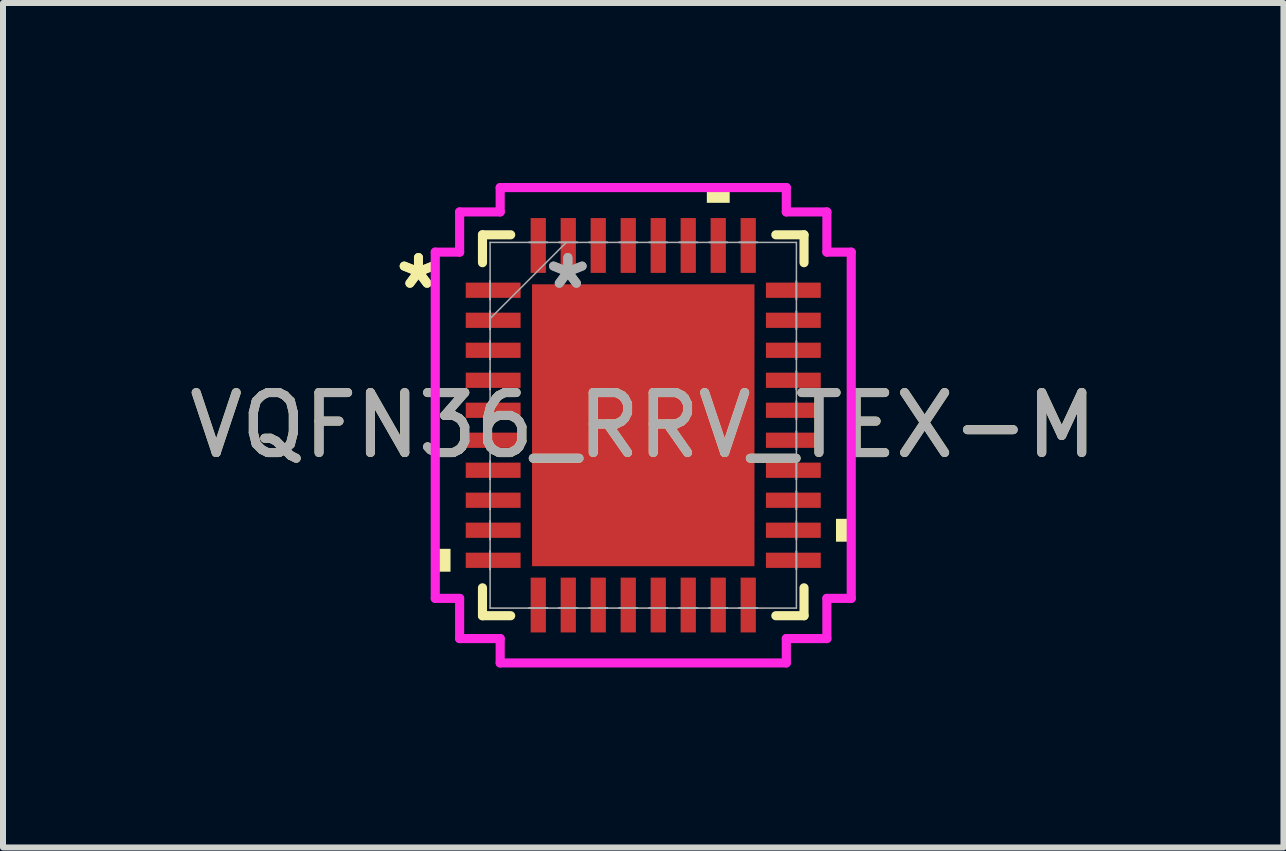
<source format=kicad_pcb>
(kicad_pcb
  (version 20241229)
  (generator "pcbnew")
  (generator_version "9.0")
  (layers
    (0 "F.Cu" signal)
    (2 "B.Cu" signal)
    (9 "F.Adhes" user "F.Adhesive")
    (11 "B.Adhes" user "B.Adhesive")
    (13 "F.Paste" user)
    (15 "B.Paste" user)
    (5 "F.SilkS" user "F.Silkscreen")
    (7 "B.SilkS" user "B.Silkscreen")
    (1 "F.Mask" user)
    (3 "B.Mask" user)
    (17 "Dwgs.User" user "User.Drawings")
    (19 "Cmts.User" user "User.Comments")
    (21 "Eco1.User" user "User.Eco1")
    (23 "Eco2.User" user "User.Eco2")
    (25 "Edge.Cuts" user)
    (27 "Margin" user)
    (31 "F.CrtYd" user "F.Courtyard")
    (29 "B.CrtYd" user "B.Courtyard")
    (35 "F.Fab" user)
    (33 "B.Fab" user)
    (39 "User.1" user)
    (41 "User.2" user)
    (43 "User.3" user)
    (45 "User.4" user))
  (footprint "VQFN36_RRV_TEX-M"
    (layer "F.Cu")
    (at 7.673 4.039)
    (property "Reference" "VQFN36_RRV_TEX-M" (at 0 0 0) (unlocked yes) (layer "F.SilkS") (effects (font (size 1 1) (thickness 0.15))))
    (attr smd)
    (fp_line (start -2.68 -3.175) (end -2.68 -2.71) (stroke (width 0.152) (type solid)) (layer "F.SilkS"))
    (fp_line (start -2.68 2.71) (end -2.68 3.175) (stroke (width 0.152) (type solid)) (layer "F.SilkS"))
    (fp_line (start -2.68 3.175) (end -2.21 3.175) (stroke (width 0.152) (type solid)) (layer "F.SilkS"))
    (fp_line (start -2.21 -3.175) (end -2.68 -3.175) (stroke (width 0.152) (type solid)) (layer "F.SilkS"))
    (fp_line (start 2.21 3.175) (end 2.68 3.175) (stroke (width 0.152) (type solid)) (layer "F.SilkS"))
    (fp_line (start 2.68 -3.175) (end 2.21 -3.175) (stroke (width 0.152) (type solid)) (layer "F.SilkS"))
    (fp_line (start 2.68 -2.71) (end 2.68 -3.175) (stroke (width 0.152) (type solid)) (layer "F.SilkS"))
    (fp_line (start 2.68 3.175) (end 2.68 2.71) (stroke (width 0.152) (type solid)) (layer "F.SilkS"))
    (fp_poly (pts (xy -3.467 2.06) (xy -3.467 2.441) (xy -3.213 2.441) (xy -3.213 2.06)) (stroke (width 0) (type solid)) (fill yes) (layer "F.SilkS"))
    (fp_poly (pts (xy 1.06 -3.708) (xy 1.06 -3.962) (xy 1.441 -3.962) (xy 1.441 -3.708)) (stroke (width 0) (type solid)) (fill yes) (layer "F.SilkS"))
    (fp_poly (pts (xy 3.467 1.56) (xy 3.467 1.941) (xy 3.213 1.941) (xy 3.213 1.56)) (stroke (width 0) (type solid)) (fill yes) (layer "F.SilkS"))
    (fp_line (start -3.467 -2.886) (end -3.061 -2.886) (stroke (width 0.152) (type solid)) (layer "F.CrtYd"))
    (fp_line (start -3.467 2.886) (end -3.467 -2.886) (stroke (width 0.152) (type solid)) (layer "F.CrtYd"))
    (fp_line (start -3.061 -3.556) (end -2.385 -3.556) (stroke (width 0.152) (type solid)) (layer "F.CrtYd"))
    (fp_line (start -3.061 -2.886) (end -3.061 -3.556) (stroke (width 0.152) (type solid)) (layer "F.CrtYd"))
    (fp_line (start -3.061 2.886) (end -3.467 2.886) (stroke (width 0.152) (type solid)) (layer "F.CrtYd"))
    (fp_line (start -3.061 3.556) (end -3.061 2.886) (stroke (width 0.152) (type solid)) (layer "F.CrtYd"))
    (fp_line (start -2.385 -3.962) (end 2.385 -3.962) (stroke (width 0.152) (type solid)) (layer "F.CrtYd"))
    (fp_line (start -2.385 -3.556) (end -2.385 -3.962) (stroke (width 0.152) (type solid)) (layer "F.CrtYd"))
    (fp_line (start -2.385 3.556) (end -3.061 3.556) (stroke (width 0.152) (type solid)) (layer "F.CrtYd"))
    (fp_line (start -2.385 3.962) (end -2.385 3.556) (stroke (width 0.152) (type solid)) (layer "F.CrtYd"))
    (fp_line (start 2.385 -3.962) (end 2.385 -3.556) (stroke (width 0.152) (type solid)) (layer "F.CrtYd"))
    (fp_line (start 2.385 -3.556) (end 3.061 -3.556) (stroke (width 0.152) (type solid)) (layer "F.CrtYd"))
    (fp_line (start 2.385 3.556) (end 2.385 3.962) (stroke (width 0.152) (type solid)) (layer "F.CrtYd"))
    (fp_line (start 2.385 3.962) (end -2.385 3.962) (stroke (width 0.152) (type solid)) (layer "F.CrtYd"))
    (fp_line (start 3.061 -3.556) (end 3.061 -2.886) (stroke (width 0.152) (type solid)) (layer "F.CrtYd"))
    (fp_line (start 3.061 -2.886) (end 3.467 -2.886) (stroke (width 0.152) (type solid)) (layer "F.CrtYd"))
    (fp_line (start 3.061 2.886) (end 3.061 3.556) (stroke (width 0.152) (type solid)) (layer "F.CrtYd"))
    (fp_line (start 3.061 3.556) (end 2.385 3.556) (stroke (width 0.152) (type solid)) (layer "F.CrtYd"))
    (fp_line (start 3.467 -2.886) (end 3.467 2.886) (stroke (width 0.152) (type solid)) (layer "F.CrtYd"))
    (fp_line (start 3.467 2.886) (end 3.061 2.886) (stroke (width 0.152) (type solid)) (layer "F.CrtYd"))
    (fp_line (start -2.553 -3.048) (end -2.553 3.048) (stroke (width 0.025) (type solid)) (layer "F.Fab"))
    (fp_line (start -2.553 -2.403) (end -2.553 -2.403) (stroke (width 0.025) (type solid)) (layer "F.Fab"))
    (fp_line (start -2.553 -2.403) (end -2.553 -2.098) (stroke (width 0.025) (type solid)) (layer "F.Fab"))
    (fp_line (start -2.553 -2.098) (end -2.553 -2.403) (stroke (width 0.025) (type solid)) (layer "F.Fab"))
    (fp_line (start -2.553 -2.098) (end -2.553 -2.098) (stroke (width 0.025) (type solid)) (layer "F.Fab"))
    (fp_line (start -2.553 -1.903) (end -2.553 -1.903) (stroke (width 0.025) (type solid)) (layer "F.Fab"))
    (fp_line (start -2.553 -1.903) (end -2.553 -1.598) (stroke (width 0.025) (type solid)) (layer "F.Fab"))
    (fp_line (start -2.553 -1.778) (end -1.283 -3.048) (stroke (width 0.025) (type solid)) (layer "F.Fab"))
    (fp_line (start -2.553 -1.598) (end -2.553 -1.903) (stroke (width 0.025) (type solid)) (layer "F.Fab"))
    (fp_line (start -2.553 -1.598) (end -2.553 -1.598) (stroke (width 0.025) (type solid)) (layer "F.Fab"))
    (fp_line (start -2.553 -1.403) (end -2.553 -1.403) (stroke (width 0.025) (type solid)) (layer "F.Fab"))
    (fp_line (start -2.553 -1.403) (end -2.553 -1.098) (stroke (width 0.025) (type solid)) (layer "F.Fab"))
    (fp_line (start -2.553 -1.098) (end -2.553 -1.403) (stroke (width 0.025) (type solid)) (layer "F.Fab"))
    (fp_line (start -2.553 -1.098) (end -2.553 -1.098) (stroke (width 0.025) (type solid)) (layer "F.Fab"))
    (fp_line (start -2.553 -0.903) (end -2.553 -0.903) (stroke (width 0.025) (type solid)) (layer "F.Fab"))
    (fp_line (start -2.553 -0.903) (end -2.553 -0.598) (stroke (width 0.025) (type solid)) (layer "F.Fab"))
    (fp_line (start -2.553 -0.598) (end -2.553 -0.903) (stroke (width 0.025) (type solid)) (layer "F.Fab"))
    (fp_line (start -2.553 -0.598) (end -2.553 -0.598) (stroke (width 0.025) (type solid)) (layer "F.Fab"))
    (fp_line (start -2.553 -0.402) (end -2.553 -0.402) (stroke (width 0.025) (type solid)) (layer "F.Fab"))
    (fp_line (start -2.553 -0.402) (end -2.553 -0.098) (stroke (width 0.025) (type solid)) (layer "F.Fab"))
    (fp_line (start -2.553 -0.098) (end -2.553 -0.402) (stroke (width 0.025) (type solid)) (layer "F.Fab"))
    (fp_line (start -2.553 -0.098) (end -2.553 -0.098) (stroke (width 0.025) (type solid)) (layer "F.Fab"))
    (fp_line (start -2.553 0.098) (end -2.553 0.098) (stroke (width 0.025) (type solid)) (layer "F.Fab"))
    (fp_line (start -2.553 0.098) (end -2.553 0.402) (stroke (width 0.025) (type solid)) (layer "F.Fab"))
    (fp_line (start -2.553 0.402) (end -2.553 0.098) (stroke (width 0.025) (type solid)) (layer "F.Fab"))
    (fp_line (start -2.553 0.402) (end -2.553 0.402) (stroke (width 0.025) (type solid)) (layer "F.Fab"))
    (fp_line (start -2.553 0.598) (end -2.553 0.598) (stroke (width 0.025) (type solid)) (layer "F.Fab"))
    (fp_line (start -2.553 0.598) (end -2.553 0.903) (stroke (width 0.025) (type solid)) (layer "F.Fab"))
    (fp_line (start -2.553 0.903) (end -2.553 0.598) (stroke (width 0.025) (type solid)) (layer "F.Fab"))
    (fp_line (start -2.553 0.903) (end -2.553 0.903) (stroke (width 0.025) (type solid)) (layer "F.Fab"))
    (fp_line (start -2.553 1.098) (end -2.553 1.098) (stroke (width 0.025) (type solid)) (layer "F.Fab"))
    (fp_line (start -2.553 1.098) (end -2.553 1.403) (stroke (width 0.025) (type solid)) (layer "F.Fab"))
    (fp_line (start -2.553 1.403) (end -2.553 1.098) (stroke (width 0.025) (type solid)) (layer "F.Fab"))
    (fp_line (start -2.553 1.403) (end -2.553 1.403) (stroke (width 0.025) (type solid)) (layer "F.Fab"))
    (fp_line (start -2.553 1.598) (end -2.553 1.598) (stroke (width 0.025) (type solid)) (layer "F.Fab"))
    (fp_line (start -2.553 1.598) (end -2.553 1.903) (stroke (width 0.025) (type solid)) (layer "F.Fab"))
    (fp_line (start -2.553 1.903) (end -2.553 1.598) (stroke (width 0.025) (type solid)) (layer "F.Fab"))
    (fp_line (start -2.553 1.903) (end -2.553 1.903) (stroke (width 0.025) (type solid)) (layer "F.Fab"))
    (fp_line (start -2.553 2.098) (end -2.553 2.098) (stroke (width 0.025) (type solid)) (layer "F.Fab"))
    (fp_line (start -2.553 2.098) (end -2.553 2.403) (stroke (width 0.025) (type solid)) (layer "F.Fab"))
    (fp_line (start -2.553 2.403) (end -2.553 2.098) (stroke (width 0.025) (type solid)) (layer "F.Fab"))
    (fp_line (start -2.553 2.403) (end -2.553 2.403) (stroke (width 0.025) (type solid)) (layer "F.Fab"))
    (fp_line (start -2.553 3.048) (end 2.553 3.048) (stroke (width 0.025) (type solid)) (layer "F.Fab"))
    (fp_line (start -1.903 -3.048) (end -1.903 -3.048) (stroke (width 0.025) (type solid)) (layer "F.Fab"))
    (fp_line (start -1.903 -3.048) (end -1.598 -3.048) (stroke (width 0.025) (type solid)) (layer "F.Fab"))
    (fp_line (start -1.903 3.048) (end -1.903 3.048) (stroke (width 0.025) (type solid)) (layer "F.Fab"))
    (fp_line (start -1.903 3.048) (end -1.598 3.048) (stroke (width 0.025) (type solid)) (layer "F.Fab"))
    (fp_line (start -1.598 -3.048) (end -1.903 -3.048) (stroke (width 0.025) (type solid)) (layer "F.Fab"))
    (fp_line (start -1.598 -3.048) (end -1.598 -3.048) (stroke (width 0.025) (type solid)) (layer "F.Fab"))
    (fp_line (start -1.598 3.048) (end -1.903 3.048) (stroke (width 0.025) (type solid)) (layer "F.Fab"))
    (fp_line (start -1.598 3.048) (end -1.598 3.048) (stroke (width 0.025) (type solid)) (layer "F.Fab"))
    (fp_line (start -1.403 -3.048) (end -1.403 -3.048) (stroke (width 0.025) (type solid)) (layer "F.Fab"))
    (fp_line (start -1.403 -3.048) (end -1.098 -3.048) (stroke (width 0.025) (type solid)) (layer "F.Fab"))
    (fp_line (start -1.403 3.048) (end -1.403 3.048) (stroke (width 0.025) (type solid)) (layer "F.Fab"))
    (fp_line (start -1.403 3.048) (end -1.098 3.048) (stroke (width 0.025) (type solid)) (layer "F.Fab"))
    (fp_line (start -1.098 -3.048) (end -1.403 -3.048) (stroke (width 0.025) (type solid)) (layer "F.Fab"))
    (fp_line (start -1.098 -3.048) (end -1.098 -3.048) (stroke (width 0.025) (type solid)) (layer "F.Fab"))
    (fp_line (start -1.098 3.048) (end -1.403 3.048) (stroke (width 0.025) (type solid)) (layer "F.Fab"))
    (fp_line (start -1.098 3.048) (end -1.098 3.048) (stroke (width 0.025) (type solid)) (layer "F.Fab"))
    (fp_line (start -0.903 -3.048) (end -0.903 -3.048) (stroke (width 0.025) (type solid)) (layer "F.Fab"))
    (fp_line (start -0.903 -3.048) (end -0.598 -3.048) (stroke (width 0.025) (type solid)) (layer "F.Fab"))
    (fp_line (start -0.903 3.048) (end -0.903 3.048) (stroke (width 0.025) (type solid)) (layer "F.Fab"))
    (fp_line (start -0.903 3.048) (end -0.598 3.048) (stroke (width 0.025) (type solid)) (layer "F.Fab"))
    (fp_line (start -0.598 -3.048) (end -0.903 -3.048) (stroke (width 0.025) (type solid)) (layer "F.Fab"))
    (fp_line (start -0.598 -3.048) (end -0.598 -3.048) (stroke (width 0.025) (type solid)) (layer "F.Fab"))
    (fp_line (start -0.598 3.048) (end -0.903 3.048) (stroke (width 0.025) (type solid)) (layer "F.Fab"))
    (fp_line (start -0.598 3.048) (end -0.598 3.048) (stroke (width 0.025) (type solid)) (layer "F.Fab"))
    (fp_line (start -0.402 -3.048) (end -0.402 -3.048) (stroke (width 0.025) (type solid)) (layer "F.Fab"))
    (fp_line (start -0.402 -3.048) (end -0.098 -3.048) (stroke (width 0.025) (type solid)) (layer "F.Fab"))
    (fp_line (start -0.402 3.048) (end -0.402 3.048) (stroke (width 0.025) (type solid)) (layer "F.Fab"))
    (fp_line (start -0.402 3.048) (end -0.098 3.048) (stroke (width 0.025) (type solid)) (layer "F.Fab"))
    (fp_line (start -0.098 -3.048) (end -0.402 -3.048) (stroke (width 0.025) (type solid)) (layer "F.Fab"))
    (fp_line (start -0.098 -3.048) (end -0.098 -3.048) (stroke (width 0.025) (type solid)) (layer "F.Fab"))
    (fp_line (start -0.098 3.048) (end -0.402 3.048) (stroke (width 0.025) (type solid)) (layer "F.Fab"))
    (fp_line (start -0.098 3.048) (end -0.098 3.048) (stroke (width 0.025) (type solid)) (layer "F.Fab"))
    (fp_line (start 0.098 -3.048) (end 0.098 -3.048) (stroke (width 0.025) (type solid)) (layer "F.Fab"))
    (fp_line (start 0.098 -3.048) (end 0.402 -3.048) (stroke (width 0.025) (type solid)) (layer "F.Fab"))
    (fp_line (start 0.098 3.048) (end 0.098 3.048) (stroke (width 0.025) (type solid)) (layer "F.Fab"))
    (fp_line (start 0.098 3.048) (end 0.402 3.048) (stroke (width 0.025) (type solid)) (layer "F.Fab"))
    (fp_line (start 0.402 -3.048) (end 0.098 -3.048) (stroke (width 0.025) (type solid)) (layer "F.Fab"))
    (fp_line (start 0.402 -3.048) (end 0.402 -3.048) (stroke (width 0.025) (type solid)) (layer "F.Fab"))
    (fp_line (start 0.402 3.048) (end 0.098 3.048) (stroke (width 0.025) (type solid)) (layer "F.Fab"))
    (fp_line (start 0.402 3.048) (end 0.402 3.048) (stroke (width 0.025) (type solid)) (layer "F.Fab"))
    (fp_line (start 0.598 -3.048) (end 0.598 -3.048) (stroke (width 0.025) (type solid)) (layer "F.Fab"))
    (fp_line (start 0.598 -3.048) (end 0.903 -3.048) (stroke (width 0.025) (type solid)) (layer "F.Fab"))
    (fp_line (start 0.598 3.048) (end 0.598 3.048) (stroke (width 0.025) (type solid)) (layer "F.Fab"))
    (fp_line (start 0.598 3.048) (end 0.903 3.048) (stroke (width 0.025) (type solid)) (layer "F.Fab"))
    (fp_line (start 0.903 -3.048) (end 0.598 -3.048) (stroke (width 0.025) (type solid)) (layer "F.Fab"))
    (fp_line (start 0.903 -3.048) (end 0.903 -3.048) (stroke (width 0.025) (type solid)) (layer "F.Fab"))
    (fp_line (start 0.903 3.048) (end 0.598 3.048) (stroke (width 0.025) (type solid)) (layer "F.Fab"))
    (fp_line (start 0.903 3.048) (end 0.903 3.048) (stroke (width 0.025) (type solid)) (layer "F.Fab"))
    (fp_line (start 1.098 -3.048) (end 1.098 -3.048) (stroke (width 0.025) (type solid)) (layer "F.Fab"))
    (fp_line (start 1.098 -3.048) (end 1.403 -3.048) (stroke (width 0.025) (type solid)) (layer "F.Fab"))
    (fp_line (start 1.098 3.048) (end 1.098 3.048) (stroke (width 0.025) (type solid)) (layer "F.Fab"))
    (fp_line (start 1.098 3.048) (end 1.403 3.048) (stroke (width 0.025) (type solid)) (layer "F.Fab"))
    (fp_line (start 1.403 -3.048) (end 1.098 -3.048) (stroke (width 0.025) (type solid)) (layer "F.Fab"))
    (fp_line (start 1.403 -3.048) (end 1.403 -3.048) (stroke (width 0.025) (type solid)) (layer "F.Fab"))
    (fp_line (start 1.403 3.048) (end 1.098 3.048) (stroke (width 0.025) (type solid)) (layer "F.Fab"))
    (fp_line (start 1.403 3.048) (end 1.403 3.048) (stroke (width 0.025) (type solid)) (layer "F.Fab"))
    (fp_line (start 1.598 -3.048) (end 1.598 -3.048) (stroke (width 0.025) (type solid)) (layer "F.Fab"))
    (fp_line (start 1.598 -3.048) (end 1.903 -3.048) (stroke (width 0.025) (type solid)) (layer "F.Fab"))
    (fp_line (start 1.598 3.048) (end 1.598 3.048) (stroke (width 0.025) (type solid)) (layer "F.Fab"))
    (fp_line (start 1.598 3.048) (end 1.903 3.048) (stroke (width 0.025) (type solid)) (layer "F.Fab"))
    (fp_line (start 1.903 -3.048) (end 1.598 -3.048) (stroke (width 0.025) (type solid)) (layer "F.Fab"))
    (fp_line (start 1.903 -3.048) (end 1.903 -3.048) (stroke (width 0.025) (type solid)) (layer "F.Fab"))
    (fp_line (start 1.903 3.048) (end 1.598 3.048) (stroke (width 0.025) (type solid)) (layer "F.Fab"))
    (fp_line (start 1.903 3.048) (end 1.903 3.048) (stroke (width 0.025) (type solid)) (layer "F.Fab"))
    (fp_line (start 2.553 -3.048) (end -2.553 -3.048) (stroke (width 0.025) (type solid)) (layer "F.Fab"))
    (fp_line (start 2.553 -2.403) (end 2.553 -2.403) (stroke (width 0.025) (type solid)) (layer "F.Fab"))
    (fp_line (start 2.553 -2.403) (end 2.553 -2.098) (stroke (width 0.025) (type solid)) (layer "F.Fab"))
    (fp_line (start 2.553 -2.098) (end 2.553 -2.403) (stroke (width 0.025) (type solid)) (layer "F.Fab"))
    (fp_line (start 2.553 -2.098) (end 2.553 -2.098) (stroke (width 0.025) (type solid)) (layer "F.Fab"))
    (fp_line (start 2.553 -1.903) (end 2.553 -1.903) (stroke (width 0.025) (type solid)) (layer "F.Fab"))
    (fp_line (start 2.553 -1.903) (end 2.553 -1.598) (stroke (width 0.025) (type solid)) (layer "F.Fab"))
    (fp_line (start 2.553 -1.598) (end 2.553 -1.903) (stroke (width 0.025) (type solid)) (layer "F.Fab"))
    (fp_line (start 2.553 -1.598) (end 2.553 -1.598) (stroke (width 0.025) (type solid)) (layer "F.Fab"))
    (fp_line (start 2.553 -1.403) (end 2.553 -1.403) (stroke (width 0.025) (type solid)) (layer "F.Fab"))
    (fp_line (start 2.553 -1.403) (end 2.553 -1.098) (stroke (width 0.025) (type solid)) (layer "F.Fab"))
    (fp_line (start 2.553 -1.098) (end 2.553 -1.403) (stroke (width 0.025) (type solid)) (layer "F.Fab"))
    (fp_line (start 2.553 -1.098) (end 2.553 -1.098) (stroke (width 0.025) (type solid)) (layer "F.Fab"))
    (fp_line (start 2.553 -0.903) (end 2.553 -0.903) (stroke (width 0.025) (type solid)) (layer "F.Fab"))
    (fp_line (start 2.553 -0.903) (end 2.553 -0.598) (stroke (width 0.025) (type solid)) (layer "F.Fab"))
    (fp_line (start 2.553 -0.598) (end 2.553 -0.903) (stroke (width 0.025) (type solid)) (layer "F.Fab"))
    (fp_line (start 2.553 -0.598) (end 2.553 -0.598) (stroke (width 0.025) (type solid)) (layer "F.Fab"))
    (fp_line (start 2.553 -0.402) (end 2.553 -0.402) (stroke (width 0.025) (type solid)) (layer "F.Fab"))
    (fp_line (start 2.553 -0.402) (end 2.553 -0.098) (stroke (width 0.025) (type solid)) (layer "F.Fab"))
    (fp_line (start 2.553 -0.098) (end 2.553 -0.402) (stroke (width 0.025) (type solid)) (layer "F.Fab"))
    (fp_line (start 2.553 -0.098) (end 2.553 -0.098) (stroke (width 0.025) (type solid)) (layer "F.Fab"))
    (fp_line (start 2.553 0.098) (end 2.553 0.098) (stroke (width 0.025) (type solid)) (layer "F.Fab"))
    (fp_line (start 2.553 0.098) (end 2.553 0.402) (stroke (width 0.025) (type solid)) (layer "F.Fab"))
    (fp_line (start 2.553 0.402) (end 2.553 0.098) (stroke (width 0.025) (type solid)) (layer "F.Fab"))
    (fp_line (start 2.553 0.402) (end 2.553 0.402) (stroke (width 0.025) (type solid)) (layer "F.Fab"))
    (fp_line (start 2.553 0.598) (end 2.553 0.598) (stroke (width 0.025) (type solid)) (layer "F.Fab"))
    (fp_line (start 2.553 0.598) (end 2.553 0.903) (stroke (width 0.025) (type solid)) (layer "F.Fab"))
    (fp_line (start 2.553 0.903) (end 2.553 0.598) (stroke (width 0.025) (type solid)) (layer "F.Fab"))
    (fp_line (start 2.553 0.903) (end 2.553 0.903) (stroke (width 0.025) (type solid)) (layer "F.Fab"))
    (fp_line (start 2.553 1.098) (end 2.553 1.098) (stroke (width 0.025) (type solid)) (layer "F.Fab"))
    (fp_line (start 2.553 1.098) (end 2.553 1.403) (stroke (width 0.025) (type solid)) (layer "F.Fab"))
    (fp_line (start 2.553 1.403) (end 2.553 1.098) (stroke (width 0.025) (type solid)) (layer "F.Fab"))
    (fp_line (start 2.553 1.403) (end 2.553 1.403) (stroke (width 0.025) (type solid)) (layer "F.Fab"))
    (fp_line (start 2.553 1.598) (end 2.553 1.598) (stroke (width 0.025) (type solid)) (layer "F.Fab"))
    (fp_line (start 2.553 1.598) (end 2.553 1.903) (stroke (width 0.025) (type solid)) (layer "F.Fab"))
    (fp_line (start 2.553 1.903) (end 2.553 1.598) (stroke (width 0.025) (type solid)) (layer "F.Fab"))
    (fp_line (start 2.553 1.903) (end 2.553 1.903) (stroke (width 0.025) (type solid)) (layer "F.Fab"))
    (fp_line (start 2.553 2.098) (end 2.553 2.098) (stroke (width 0.025) (type solid)) (layer "F.Fab"))
    (fp_line (start 2.553 2.098) (end 2.553 2.403) (stroke (width 0.025) (type solid)) (layer "F.Fab"))
    (fp_line (start 2.553 2.403) (end 2.553 2.098) (stroke (width 0.025) (type solid)) (layer "F.Fab"))
    (fp_line (start 2.553 2.403) (end 2.553 2.403) (stroke (width 0.025) (type solid)) (layer "F.Fab"))
    (fp_line (start 2.553 3.048) (end 2.553 -3.048) (stroke (width 0.025) (type solid)) (layer "F.Fab"))
    (fp_text user "*" (at -3.747 -2.251 0) (unlocked yes) (layer "F.SilkS") (effects (font (size 1 1) (thickness 0.15))))
    (fp_text user "*" (at -3.747 -2.251 0) (layer "F.SilkS") (effects (font (size 1 1) (thickness 0.15))))
    (fp_text user "*" (at -1.257 -2.251 0) (unlocked yes) (layer "F.Fab") (effects (font (size 1 1) (thickness 0.15))))
    (fp_text user "*" (at -1.257 -2.251 0) (layer "F.Fab") (effects (font (size 1 1) (thickness 0.15))))
    (fp_text user "${REFERENCE}" (at 0 0 0) (unlocked yes) (layer "F.Fab") (effects (font (size 1 1) (thickness 0.15))))
    (pad "1" smd rect (at -2.502 -2.251 90) (size 0.254 0.914) (layers "F.Cu" "F.Mask" "F.Paste"))
    (pad "2" smd rect (at -2.502 -1.75 90) (size 0.254 0.914) (layers "F.Cu" "F.Mask" "F.Paste"))
    (pad "3" smd rect (at -2.502 -1.25 90) (size 0.254 0.914) (layers "F.Cu" "F.Mask" "F.Paste"))
    (pad "4" smd rect (at -2.502 -0.75 90) (size 0.254 0.914) (layers "F.Cu" "F.Mask" "F.Paste"))
    (pad "5" smd rect (at -2.502 -0.25 90) (size 0.254 0.914) (layers "F.Cu" "F.Mask" "F.Paste"))
    (pad "6" smd rect (at -2.502 0.25 90) (size 0.254 0.914) (layers "F.Cu" "F.Mask" "F.Paste"))
    (pad "7" smd rect (at -2.502 0.75 90) (size 0.254 0.914) (layers "F.Cu" "F.Mask" "F.Paste"))
    (pad "8" smd rect (at -2.502 1.25 90) (size 0.254 0.914) (layers "F.Cu" "F.Mask" "F.Paste"))
    (pad "9" smd rect (at -2.502 1.75 90) (size 0.254 0.914) (layers "F.Cu" "F.Mask" "F.Paste"))
    (pad "10" smd rect (at -2.502 2.251 90) (size 0.254 0.914) (layers "F.Cu" "F.Mask" "F.Paste"))
    (pad "11" smd rect (at -1.75 2.997) (size 0.254 0.914) (layers "F.Cu" "F.Mask" "F.Paste"))
    (pad "12" smd rect (at -1.25 2.997) (size 0.254 0.914) (layers "F.Cu" "F.Mask" "F.Paste"))
    (pad "13" smd rect (at -0.75 2.997) (size 0.254 0.914) (layers "F.Cu" "F.Mask" "F.Paste"))
    (pad "14" smd rect (at -0.25 2.997) (size 0.254 0.914) (layers "F.Cu" "F.Mask" "F.Paste"))
    (pad "15" smd rect (at 0.25 2.997) (size 0.254 0.914) (layers "F.Cu" "F.Mask" "F.Paste"))
    (pad "16" smd rect (at 0.75 2.997) (size 0.254 0.914) (layers "F.Cu" "F.Mask" "F.Paste"))
    (pad "17" smd rect (at 1.25 2.997) (size 0.254 0.914) (layers "F.Cu" "F.Mask" "F.Paste"))
    (pad "18" smd rect (at 1.75 2.997) (size 0.254 0.914) (layers "F.Cu" "F.Mask" "F.Paste"))
    (pad "19" smd rect (at 2.502 2.251 90) (size 0.254 0.914) (layers "F.Cu" "F.Mask" "F.Paste"))
    (pad "20" smd rect (at 2.502 1.75 90) (size 0.254 0.914) (layers "F.Cu" "F.Mask" "F.Paste"))
    (pad "21" smd rect (at 2.502 1.25 90) (size 0.254 0.914) (layers "F.Cu" "F.Mask" "F.Paste"))
    (pad "22" smd rect (at 2.502 0.75 90) (size 0.254 0.914) (layers "F.Cu" "F.Mask" "F.Paste"))
    (pad "23" smd rect (at 2.502 0.25 90) (size 0.254 0.914) (layers "F.Cu" "F.Mask" "F.Paste"))
    (pad "24" smd rect (at 2.502 -0.25 90) (size 0.254 0.914) (layers "F.Cu" "F.Mask" "F.Paste"))
    (pad "25" smd rect (at 2.502 -0.75 90) (size 0.254 0.914) (layers "F.Cu" "F.Mask" "F.Paste"))
    (pad "26" smd rect (at 2.502 -1.25 90) (size 0.254 0.914) (layers "F.Cu" "F.Mask" "F.Paste"))
    (pad "27" smd rect (at 2.502 -1.75 90) (size 0.254 0.914) (layers "F.Cu" "F.Mask" "F.Paste"))
    (pad "28" smd rect (at 2.502 -2.251 90) (size 0.254 0.914) (layers "F.Cu" "F.Mask" "F.Paste"))
    (pad "29" smd rect (at 1.75 -2.997) (size 0.254 0.914) (layers "F.Cu" "F.Mask" "F.Paste"))
    (pad "30" smd rect (at 1.25 -2.997) (size 0.254 0.914) (layers "F.Cu" "F.Mask" "F.Paste"))
    (pad "31" smd rect (at 0.75 -2.997) (size 0.254 0.914) (layers "F.Cu" "F.Mask" "F.Paste"))
    (pad "32" smd rect (at 0.25 -2.997) (size 0.254 0.914) (layers "F.Cu" "F.Mask" "F.Paste"))
    (pad "33" smd rect (at -0.25 -2.997) (size 0.254 0.914) (layers "F.Cu" "F.Mask" "F.Paste"))
    (pad "34" smd rect (at -0.75 -2.997) (size 0.254 0.914) (layers "F.Cu" "F.Mask" "F.Paste"))
    (pad "35" smd rect (at -1.25 -2.997) (size 0.254 0.914) (layers "F.Cu" "F.Mask" "F.Paste"))
    (pad "36" smd rect (at -1.75 -2.997) (size 0.254 0.914) (layers "F.Cu" "F.Mask" "F.Paste"))
    (pad "37" smd rect (at 0 0) (size 3.708 4.699) (layers "F.Cu" "F.Mask" "F.Paste")))
  (gr_rect
    (start -3 -3)
    (end 18.345 11.077)
    (stroke (width 0.1) (type default))
    (fill no)
    (layer "Edge.Cuts")))
</source>
